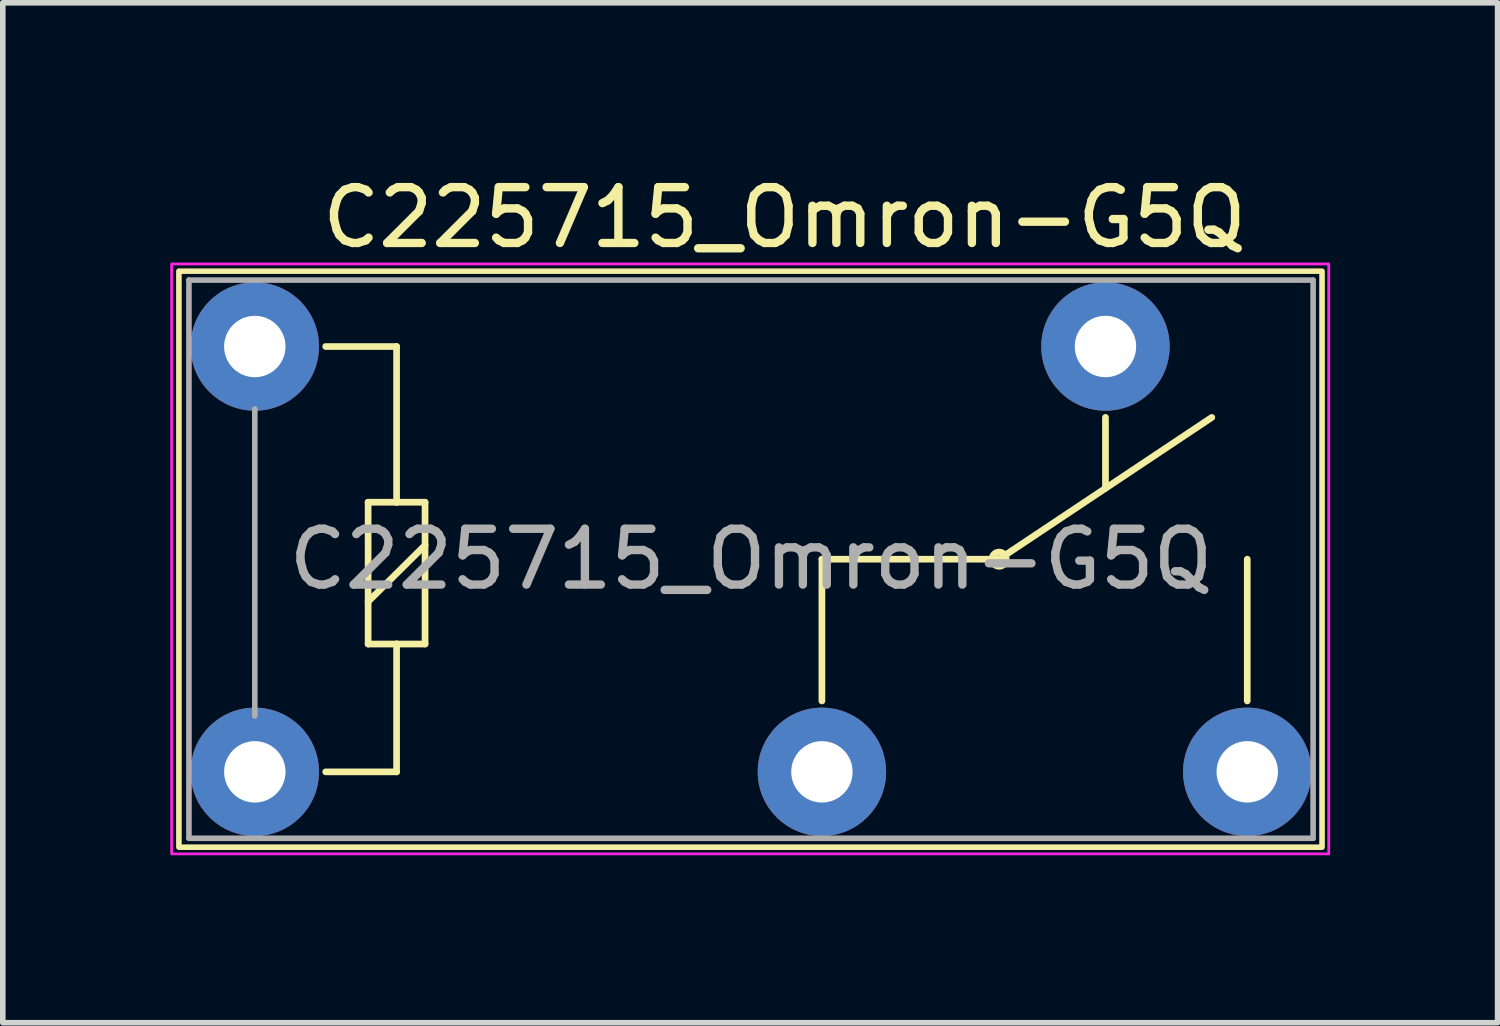
<source format=kicad_pcb>
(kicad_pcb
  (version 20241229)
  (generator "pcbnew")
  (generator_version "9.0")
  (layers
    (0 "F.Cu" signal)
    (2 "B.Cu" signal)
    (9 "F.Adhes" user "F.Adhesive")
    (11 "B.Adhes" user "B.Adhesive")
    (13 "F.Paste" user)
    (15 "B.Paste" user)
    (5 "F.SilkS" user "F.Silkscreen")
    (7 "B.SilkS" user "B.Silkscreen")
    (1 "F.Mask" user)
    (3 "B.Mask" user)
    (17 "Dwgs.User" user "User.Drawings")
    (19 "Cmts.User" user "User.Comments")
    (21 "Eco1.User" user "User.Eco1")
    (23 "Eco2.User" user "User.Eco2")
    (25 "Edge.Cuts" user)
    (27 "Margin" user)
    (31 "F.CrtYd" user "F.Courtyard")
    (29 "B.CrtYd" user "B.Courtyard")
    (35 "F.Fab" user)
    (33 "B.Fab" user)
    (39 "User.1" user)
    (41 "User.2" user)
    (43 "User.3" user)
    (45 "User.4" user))
  (footprint "C225715_Omron-G5Q"
    (layer "F.Cu")
    (at 1.515 10.778)
    (property "Reference" "C225715_Omron-G5Q" (at 9.49 -9.93 180) (layer "F.SilkS") (effects (font (size 1 1) (thickness 0.15))))
    (attr through_hole)
    (fp_line (start 1.27 0) (end 2.54 0) (stroke (width 0.12) (type solid)) (layer "F.SilkS"))
    (fp_line (start 2.03 -4.83) (end 2.54 -4.83) (stroke (width 0.12) (type solid)) (layer "F.SilkS"))
    (fp_line (start 2.03 -3.05) (end 3.05 -4.06) (stroke (width 0.12) (type solid)) (layer "F.SilkS"))
    (fp_line (start 2.03 -2.29) (end 2.03 -4.83) (stroke (width 0.12) (type solid)) (layer "F.SilkS"))
    (fp_line (start 2.54 -7.62) (end 1.27 -7.62) (stroke (width 0.12) (type solid)) (layer "F.SilkS"))
    (fp_line (start 2.54 -4.83) (end 2.54 -7.62) (stroke (width 0.12) (type solid)) (layer "F.SilkS"))
    (fp_line (start 2.54 -4.83) (end 3.05 -4.83) (stroke (width 0.12) (type solid)) (layer "F.SilkS"))
    (fp_line (start 2.54 -2.29) (end 2.03 -2.29) (stroke (width 0.12) (type solid)) (layer "F.SilkS"))
    (fp_line (start 2.54 0) (end 2.54 -2.29) (stroke (width 0.12) (type solid)) (layer "F.SilkS"))
    (fp_line (start 3.05 -4.83) (end 3.05 -2.29) (stroke (width 0.12) (type solid)) (layer "F.SilkS"))
    (fp_line (start 3.05 -2.29) (end 2.54 -2.29) (stroke (width 0.12) (type solid)) (layer "F.SilkS"))
    (fp_line (start 10.16 -3.81) (end 13.335 -3.81) (stroke (width 0.12) (type solid)) (layer "F.SilkS"))
    (fp_line (start 10.16 -1.27) (end 10.16 -3.81) (stroke (width 0.12) (type solid)) (layer "F.SilkS"))
    (fp_line (start 13.335 -3.81) (end 17.145 -6.35) (stroke (width 0.12) (type solid)) (layer "F.SilkS"))
    (fp_line (start 15.24 -6.35) (end 15.24 -5.08) (stroke (width 0.12) (type solid)) (layer "F.SilkS"))
    (fp_line (start 17.78 -1.27) (end 17.78 -3.81) (stroke (width 0.12) (type solid)) (layer "F.SilkS"))
    (fp_rect (start -1.36 -8.97) (end 19.12 1.35) (stroke (width 0.1) (type default)) (fill no) (layer "F.SilkS"))
    (fp_circle (center 13.335 -3.81) (end 13.462 -3.81) (stroke (width 0.12) (type solid)) (fill no) (layer "F.SilkS"))
    (fp_rect (start -1.49 -9.1) (end 19.24 1.47) (stroke (width 0.05) (type default)) (fill no) (layer "F.CrtYd"))
    (fp_line (start -1.18 -8.81) (end 18.96 -8.81) (stroke (width 0.1) (type solid)) (layer "F.Fab"))
    (fp_line (start -1.18 1.19) (end -1.18 -8.81) (stroke (width 0.1) (type solid)) (layer "F.Fab"))
    (fp_line (start 0 -1) (end 0 -6.5) (stroke (width 0.1) (type solid)) (layer "F.Fab"))
    (fp_line (start 18.96 -8.81) (end 18.96 1.19) (stroke (width 0.1) (type solid)) (layer "F.Fab"))
    (fp_line (start 18.96 1.19) (end -1.18 1.19) (stroke (width 0.1) (type solid)) (layer "F.Fab"))
    (fp_text user "${REFERENCE}" (at 8.89 -3.81 0) (layer "F.Fab") (effects (font (size 1 1) (thickness 0.15))))
    (pad "1" thru_hole oval (at 0 0 180) (size 2.3 2.3) (drill 1.1) (layers "*.Cu" "*.Mask"))
    (pad "2" thru_hole circle (at 10.16 0 180) (size 2.3 2.3) (drill 1.1) (layers "*.Cu" "*.Mask"))
    (pad "3" thru_hole circle (at 17.78 0 180) (size 2.3 2.3) (drill 1.1) (layers "*.Cu" "*.Mask"))
    (pad "4" thru_hole circle (at 15.24 -7.62 180) (size 2.3 2.3) (drill 1.1) (layers "*.Cu" "*.Mask"))
    (pad "5" thru_hole circle (at 0 -7.62 180) (size 2.3 2.3) (drill 1.1) (layers "*.Cu" "*.Mask")))
  (gr_rect
    (start -3 -3)
    (end 23.78 15.273)
    (stroke (width 0.1) (type default))
    (fill no)
    (layer "Edge.Cuts")))
</source>
